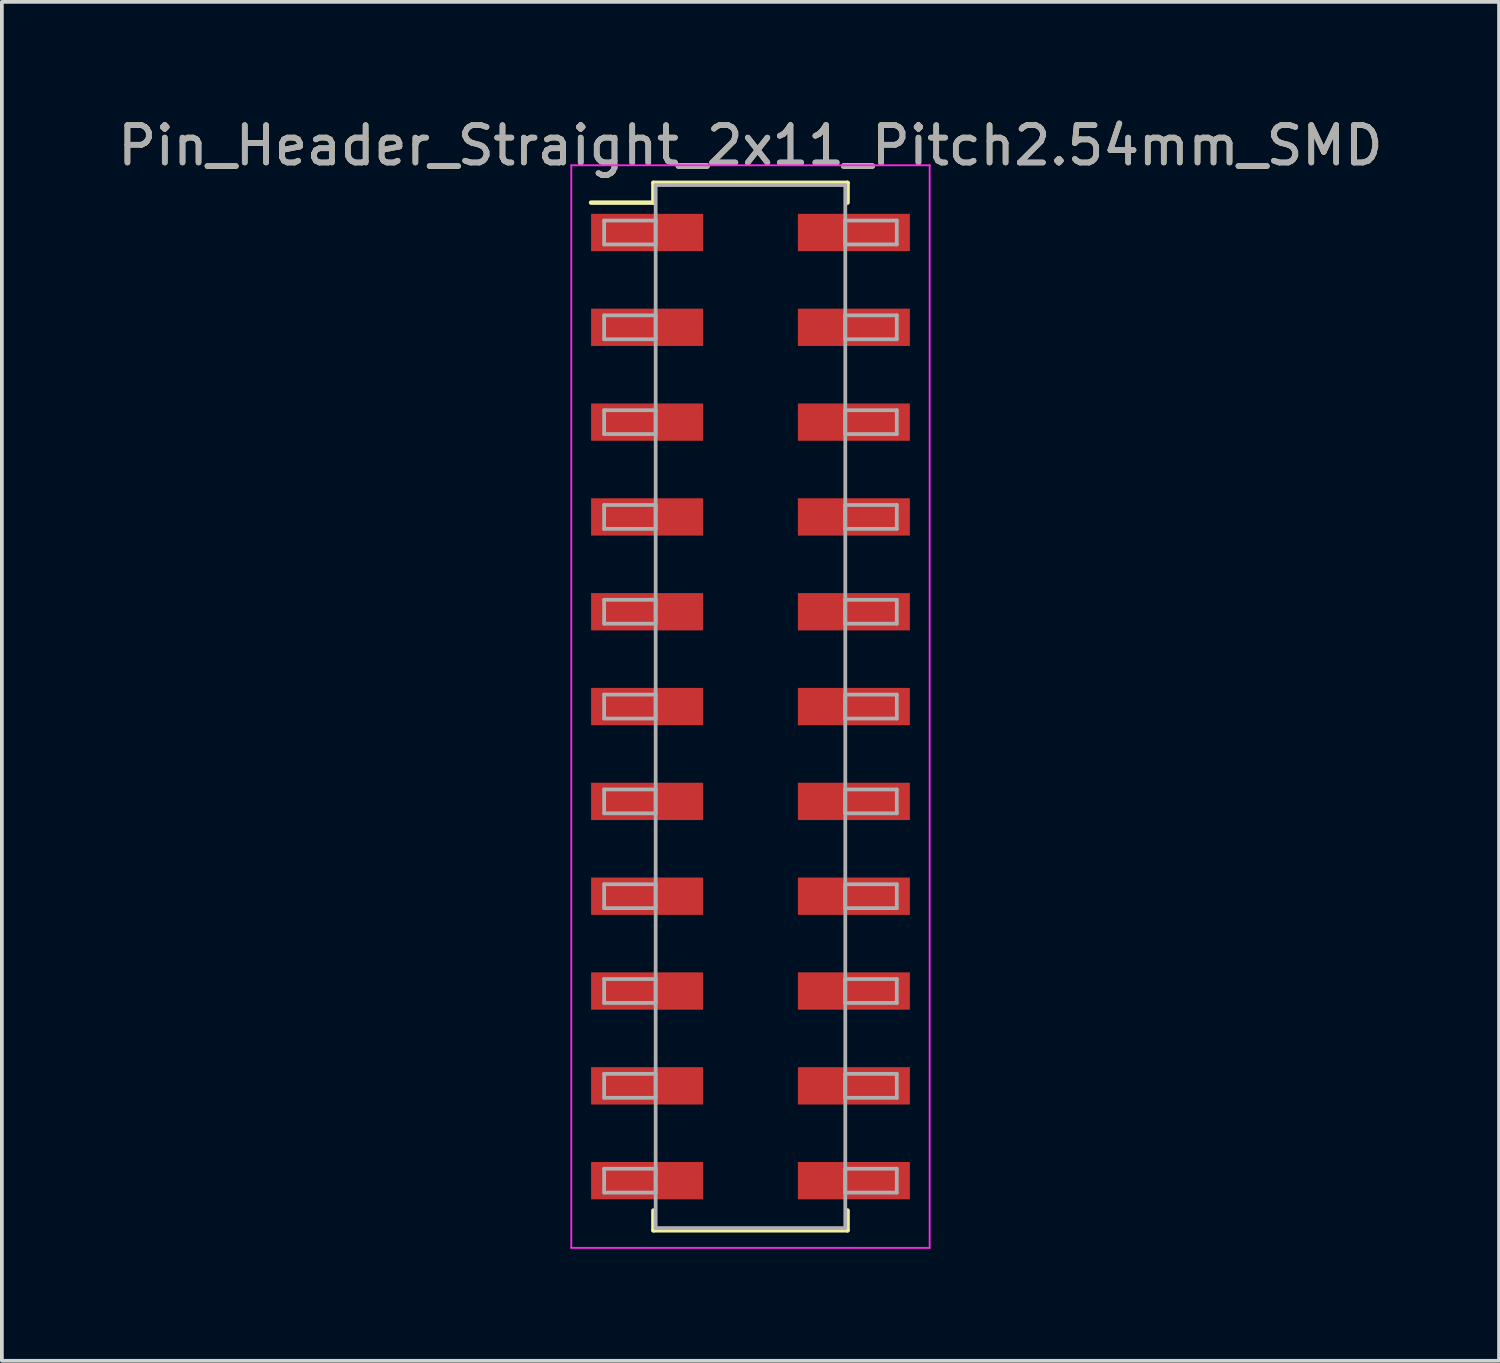
<source format=kicad_pcb>
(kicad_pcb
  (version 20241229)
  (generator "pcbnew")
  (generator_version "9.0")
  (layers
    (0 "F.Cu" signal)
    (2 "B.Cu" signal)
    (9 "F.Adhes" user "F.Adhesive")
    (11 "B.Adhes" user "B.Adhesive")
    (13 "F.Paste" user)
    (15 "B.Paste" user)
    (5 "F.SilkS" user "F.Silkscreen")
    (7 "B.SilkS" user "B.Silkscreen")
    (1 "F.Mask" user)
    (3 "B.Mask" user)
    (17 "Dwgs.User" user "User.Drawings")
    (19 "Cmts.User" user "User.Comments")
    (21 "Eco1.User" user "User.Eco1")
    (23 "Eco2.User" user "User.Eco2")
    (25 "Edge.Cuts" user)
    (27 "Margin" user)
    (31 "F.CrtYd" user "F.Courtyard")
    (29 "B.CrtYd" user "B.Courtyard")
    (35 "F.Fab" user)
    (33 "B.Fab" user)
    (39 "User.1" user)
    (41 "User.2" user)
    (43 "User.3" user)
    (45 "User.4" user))
  (footprint "Pin_Header_Straight_2x11_Pitch2.54mm_SMD"
    (layer "F.Cu")
    (at 17.054 15.878)
    (property "Reference" "Pin_Header_Straight_2x11_Pitch2.54mm_SMD" (at 0 -15.03 0) (layer "F.SilkS") (effects (font (size 1 1) (thickness 0.15))))
    (attr smd)
    (fp_line (start -4.27 -13.5) (end -2.6 -13.5) (stroke (width 0.12) (type solid)) (layer "F.SilkS"))
    (fp_line (start -2.6 -14.03) (end 2.6 -14.03) (stroke (width 0.12) (type solid)) (layer "F.SilkS"))
    (fp_line (start -2.6 -13.5) (end -2.6 -14.03) (stroke (width 0.12) (type solid)) (layer "F.SilkS"))
    (fp_line (start -2.6 13.5) (end -2.6 14.03) (stroke (width 0.12) (type solid)) (layer "F.SilkS"))
    (fp_line (start -2.6 14.03) (end 2.6 14.03) (stroke (width 0.12) (type solid)) (layer "F.SilkS"))
    (fp_line (start 2.6 -14.03) (end 2.6 -13.5) (stroke (width 0.12) (type solid)) (layer "F.SilkS"))
    (fp_line (start 2.6 14.03) (end 2.6 13.5) (stroke (width 0.12) (type solid)) (layer "F.SilkS"))
    (fp_line (start -4.8 -14.5) (end -4.8 14.5) (stroke (width 0.05) (type solid)) (layer "F.CrtYd"))
    (fp_line (start -4.8 14.5) (end 4.8 14.5) (stroke (width 0.05) (type solid)) (layer "F.CrtYd"))
    (fp_line (start 4.8 -14.5) (end -4.8 -14.5) (stroke (width 0.05) (type solid)) (layer "F.CrtYd"))
    (fp_line (start 4.8 14.5) (end 4.8 -14.5) (stroke (width 0.05) (type solid)) (layer "F.CrtYd"))
    (fp_line (start -3.92 -13.02) (end -2.54 -13.02) (stroke (width 0.1) (type solid)) (layer "F.Fab"))
    (fp_line (start -3.92 -12.38) (end -3.92 -13.02) (stroke (width 0.1) (type solid)) (layer "F.Fab"))
    (fp_line (start -3.92 -10.48) (end -2.54 -10.48) (stroke (width 0.1) (type solid)) (layer "F.Fab"))
    (fp_line (start -3.92 -9.84) (end -3.92 -10.48) (stroke (width 0.1) (type solid)) (layer "F.Fab"))
    (fp_line (start -3.92 -7.94) (end -2.54 -7.94) (stroke (width 0.1) (type solid)) (layer "F.Fab"))
    (fp_line (start -3.92 -7.3) (end -3.92 -7.94) (stroke (width 0.1) (type solid)) (layer "F.Fab"))
    (fp_line (start -3.92 -5.4) (end -2.54 -5.4) (stroke (width 0.1) (type solid)) (layer "F.Fab"))
    (fp_line (start -3.92 -4.76) (end -3.92 -5.4) (stroke (width 0.1) (type solid)) (layer "F.Fab"))
    (fp_line (start -3.92 -2.86) (end -2.54 -2.86) (stroke (width 0.1) (type solid)) (layer "F.Fab"))
    (fp_line (start -3.92 -2.22) (end -3.92 -2.86) (stroke (width 0.1) (type solid)) (layer "F.Fab"))
    (fp_line (start -3.92 -0.32) (end -2.54 -0.32) (stroke (width 0.1) (type solid)) (layer "F.Fab"))
    (fp_line (start -3.92 0.32) (end -3.92 -0.32) (stroke (width 0.1) (type solid)) (layer "F.Fab"))
    (fp_line (start -3.92 2.22) (end -2.54 2.22) (stroke (width 0.1) (type solid)) (layer "F.Fab"))
    (fp_line (start -3.92 2.86) (end -3.92 2.22) (stroke (width 0.1) (type solid)) (layer "F.Fab"))
    (fp_line (start -3.92 4.76) (end -2.54 4.76) (stroke (width 0.1) (type solid)) (layer "F.Fab"))
    (fp_line (start -3.92 5.4) (end -3.92 4.76) (stroke (width 0.1) (type solid)) (layer "F.Fab"))
    (fp_line (start -3.92 7.3) (end -2.54 7.3) (stroke (width 0.1) (type solid)) (layer "F.Fab"))
    (fp_line (start -3.92 7.94) (end -3.92 7.3) (stroke (width 0.1) (type solid)) (layer "F.Fab"))
    (fp_line (start -3.92 9.84) (end -2.54 9.84) (stroke (width 0.1) (type solid)) (layer "F.Fab"))
    (fp_line (start -3.92 10.48) (end -3.92 9.84) (stroke (width 0.1) (type solid)) (layer "F.Fab"))
    (fp_line (start -3.92 12.38) (end -2.54 12.38) (stroke (width 0.1) (type solid)) (layer "F.Fab"))
    (fp_line (start -3.92 13.02) (end -3.92 12.38) (stroke (width 0.1) (type solid)) (layer "F.Fab"))
    (fp_line (start -2.54 -13.97) (end -2.54 13.97) (stroke (width 0.1) (type solid)) (layer "F.Fab"))
    (fp_line (start -2.54 -13.02) (end -2.54 -12.38) (stroke (width 0.1) (type solid)) (layer "F.Fab"))
    (fp_line (start -2.54 -12.38) (end -3.92 -12.38) (stroke (width 0.1) (type solid)) (layer "F.Fab"))
    (fp_line (start -2.54 -10.48) (end -2.54 -9.84) (stroke (width 0.1) (type solid)) (layer "F.Fab"))
    (fp_line (start -2.54 -9.84) (end -3.92 -9.84) (stroke (width 0.1) (type solid)) (layer "F.Fab"))
    (fp_line (start -2.54 -7.94) (end -2.54 -7.3) (stroke (width 0.1) (type solid)) (layer "F.Fab"))
    (fp_line (start -2.54 -7.3) (end -3.92 -7.3) (stroke (width 0.1) (type solid)) (layer "F.Fab"))
    (fp_line (start -2.54 -5.4) (end -2.54 -4.76) (stroke (width 0.1) (type solid)) (layer "F.Fab"))
    (fp_line (start -2.54 -4.76) (end -3.92 -4.76) (stroke (width 0.1) (type solid)) (layer "F.Fab"))
    (fp_line (start -2.54 -2.86) (end -2.54 -2.22) (stroke (width 0.1) (type solid)) (layer "F.Fab"))
    (fp_line (start -2.54 -2.22) (end -3.92 -2.22) (stroke (width 0.1) (type solid)) (layer "F.Fab"))
    (fp_line (start -2.54 -0.32) (end -2.54 0.32) (stroke (width 0.1) (type solid)) (layer "F.Fab"))
    (fp_line (start -2.54 0.32) (end -3.92 0.32) (stroke (width 0.1) (type solid)) (layer "F.Fab"))
    (fp_line (start -2.54 2.22) (end -2.54 2.86) (stroke (width 0.1) (type solid)) (layer "F.Fab"))
    (fp_line (start -2.54 2.86) (end -3.92 2.86) (stroke (width 0.1) (type solid)) (layer "F.Fab"))
    (fp_line (start -2.54 4.76) (end -2.54 5.4) (stroke (width 0.1) (type solid)) (layer "F.Fab"))
    (fp_line (start -2.54 5.4) (end -3.92 5.4) (stroke (width 0.1) (type solid)) (layer "F.Fab"))
    (fp_line (start -2.54 7.3) (end -2.54 7.94) (stroke (width 0.1) (type solid)) (layer "F.Fab"))
    (fp_line (start -2.54 7.94) (end -3.92 7.94) (stroke (width 0.1) (type solid)) (layer "F.Fab"))
    (fp_line (start -2.54 9.84) (end -2.54 10.48) (stroke (width 0.1) (type solid)) (layer "F.Fab"))
    (fp_line (start -2.54 10.48) (end -3.92 10.48) (stroke (width 0.1) (type solid)) (layer "F.Fab"))
    (fp_line (start -2.54 12.38) (end -2.54 13.02) (stroke (width 0.1) (type solid)) (layer "F.Fab"))
    (fp_line (start -2.54 13.02) (end -3.92 13.02) (stroke (width 0.1) (type solid)) (layer "F.Fab"))
    (fp_line (start -2.54 13.97) (end 2.54 13.97) (stroke (width 0.1) (type solid)) (layer "F.Fab"))
    (fp_line (start 2.54 -13.97) (end -2.54 -13.97) (stroke (width 0.1) (type solid)) (layer "F.Fab"))
    (fp_line (start 2.54 -13.02) (end 2.54 -12.38) (stroke (width 0.1) (type solid)) (layer "F.Fab"))
    (fp_line (start 2.54 -12.38) (end 3.92 -12.38) (stroke (width 0.1) (type solid)) (layer "F.Fab"))
    (fp_line (start 2.54 -10.48) (end 2.54 -9.84) (stroke (width 0.1) (type solid)) (layer "F.Fab"))
    (fp_line (start 2.54 -9.84) (end 3.92 -9.84) (stroke (width 0.1) (type solid)) (layer "F.Fab"))
    (fp_line (start 2.54 -7.94) (end 2.54 -7.3) (stroke (width 0.1) (type solid)) (layer "F.Fab"))
    (fp_line (start 2.54 -7.3) (end 3.92 -7.3) (stroke (width 0.1) (type solid)) (layer "F.Fab"))
    (fp_line (start 2.54 -5.4) (end 2.54 -4.76) (stroke (width 0.1) (type solid)) (layer "F.Fab"))
    (fp_line (start 2.54 -4.76) (end 3.92 -4.76) (stroke (width 0.1) (type solid)) (layer "F.Fab"))
    (fp_line (start 2.54 -2.86) (end 2.54 -2.22) (stroke (width 0.1) (type solid)) (layer "F.Fab"))
    (fp_line (start 2.54 -2.22) (end 3.92 -2.22) (stroke (width 0.1) (type solid)) (layer "F.Fab"))
    (fp_line (start 2.54 -0.32) (end 2.54 0.32) (stroke (width 0.1) (type solid)) (layer "F.Fab"))
    (fp_line (start 2.54 0.32) (end 3.92 0.32) (stroke (width 0.1) (type solid)) (layer "F.Fab"))
    (fp_line (start 2.54 2.22) (end 2.54 2.86) (stroke (width 0.1) (type solid)) (layer "F.Fab"))
    (fp_line (start 2.54 2.86) (end 3.92 2.86) (stroke (width 0.1) (type solid)) (layer "F.Fab"))
    (fp_line (start 2.54 4.76) (end 2.54 5.4) (stroke (width 0.1) (type solid)) (layer "F.Fab"))
    (fp_line (start 2.54 5.4) (end 3.92 5.4) (stroke (width 0.1) (type solid)) (layer "F.Fab"))
    (fp_line (start 2.54 7.3) (end 2.54 7.94) (stroke (width 0.1) (type solid)) (layer "F.Fab"))
    (fp_line (start 2.54 7.94) (end 3.92 7.94) (stroke (width 0.1) (type solid)) (layer "F.Fab"))
    (fp_line (start 2.54 9.84) (end 2.54 10.48) (stroke (width 0.1) (type solid)) (layer "F.Fab"))
    (fp_line (start 2.54 10.48) (end 3.92 10.48) (stroke (width 0.1) (type solid)) (layer "F.Fab"))
    (fp_line (start 2.54 12.38) (end 2.54 13.02) (stroke (width 0.1) (type solid)) (layer "F.Fab"))
    (fp_line (start 2.54 13.02) (end 3.92 13.02) (stroke (width 0.1) (type solid)) (layer "F.Fab"))
    (fp_line (start 2.54 13.97) (end 2.54 -13.97) (stroke (width 0.1) (type solid)) (layer "F.Fab"))
    (fp_line (start 3.92 -13.02) (end 2.54 -13.02) (stroke (width 0.1) (type solid)) (layer "F.Fab"))
    (fp_line (start 3.92 -12.38) (end 3.92 -13.02) (stroke (width 0.1) (type solid)) (layer "F.Fab"))
    (fp_line (start 3.92 -10.48) (end 2.54 -10.48) (stroke (width 0.1) (type solid)) (layer "F.Fab"))
    (fp_line (start 3.92 -9.84) (end 3.92 -10.48) (stroke (width 0.1) (type solid)) (layer "F.Fab"))
    (fp_line (start 3.92 -7.94) (end 2.54 -7.94) (stroke (width 0.1) (type solid)) (layer "F.Fab"))
    (fp_line (start 3.92 -7.3) (end 3.92 -7.94) (stroke (width 0.1) (type solid)) (layer "F.Fab"))
    (fp_line (start 3.92 -5.4) (end 2.54 -5.4) (stroke (width 0.1) (type solid)) (layer "F.Fab"))
    (fp_line (start 3.92 -4.76) (end 3.92 -5.4) (stroke (width 0.1) (type solid)) (layer "F.Fab"))
    (fp_line (start 3.92 -2.86) (end 2.54 -2.86) (stroke (width 0.1) (type solid)) (layer "F.Fab"))
    (fp_line (start 3.92 -2.22) (end 3.92 -2.86) (stroke (width 0.1) (type solid)) (layer "F.Fab"))
    (fp_line (start 3.92 -0.32) (end 2.54 -0.32) (stroke (width 0.1) (type solid)) (layer "F.Fab"))
    (fp_line (start 3.92 0.32) (end 3.92 -0.32) (stroke (width 0.1) (type solid)) (layer "F.Fab"))
    (fp_line (start 3.92 2.22) (end 2.54 2.22) (stroke (width 0.1) (type solid)) (layer "F.Fab"))
    (fp_line (start 3.92 2.86) (end 3.92 2.22) (stroke (width 0.1) (type solid)) (layer "F.Fab"))
    (fp_line (start 3.92 4.76) (end 2.54 4.76) (stroke (width 0.1) (type solid)) (layer "F.Fab"))
    (fp_line (start 3.92 5.4) (end 3.92 4.76) (stroke (width 0.1) (type solid)) (layer "F.Fab"))
    (fp_line (start 3.92 7.3) (end 2.54 7.3) (stroke (width 0.1) (type solid)) (layer "F.Fab"))
    (fp_line (start 3.92 7.94) (end 3.92 7.3) (stroke (width 0.1) (type solid)) (layer "F.Fab"))
    (fp_line (start 3.92 9.84) (end 2.54 9.84) (stroke (width 0.1) (type solid)) (layer "F.Fab"))
    (fp_line (start 3.92 10.48) (end 3.92 9.84) (stroke (width 0.1) (type solid)) (layer "F.Fab"))
    (fp_line (start 3.92 12.38) (end 2.54 12.38) (stroke (width 0.1) (type solid)) (layer "F.Fab"))
    (fp_line (start 3.92 13.02) (end 3.92 12.38) (stroke (width 0.1) (type solid)) (layer "F.Fab"))
    (fp_text user "${REFERENCE}" (at 0 -15.03 0) (layer "F.Fab") (effects (font (size 1 1) (thickness 0.15))))
    (pad "1" smd rect (at -2.77 -12.7) (size 3 1) (layers "F.Cu" "F.Mask" "F.Paste"))
    (pad "2" smd rect (at 2.77 -12.7) (size 3 1) (layers "F.Cu" "F.Mask" "F.Paste"))
    (pad "3" smd rect (at -2.77 -10.16) (size 3 1) (layers "F.Cu" "F.Mask" "F.Paste"))
    (pad "4" smd rect (at 2.77 -10.16) (size 3 1) (layers "F.Cu" "F.Mask" "F.Paste"))
    (pad "5" smd rect (at -2.77 -7.62) (size 3 1) (layers "F.Cu" "F.Mask" "F.Paste"))
    (pad "6" smd rect (at 2.77 -7.62) (size 3 1) (layers "F.Cu" "F.Mask" "F.Paste"))
    (pad "7" smd rect (at -2.77 -5.08) (size 3 1) (layers "F.Cu" "F.Mask" "F.Paste"))
    (pad "8" smd rect (at 2.77 -5.08) (size 3 1) (layers "F.Cu" "F.Mask" "F.Paste"))
    (pad "9" smd rect (at -2.77 -2.54) (size 3 1) (layers "F.Cu" "F.Mask" "F.Paste"))
    (pad "10" smd rect (at 2.77 -2.54) (size 3 1) (layers "F.Cu" "F.Mask" "F.Paste"))
    (pad "11" smd rect (at -2.77 0) (size 3 1) (layers "F.Cu" "F.Mask" "F.Paste"))
    (pad "12" smd rect (at 2.77 0) (size 3 1) (layers "F.Cu" "F.Mask" "F.Paste"))
    (pad "13" smd rect (at -2.77 2.54) (size 3 1) (layers "F.Cu" "F.Mask" "F.Paste"))
    (pad "14" smd rect (at 2.77 2.54) (size 3 1) (layers "F.Cu" "F.Mask" "F.Paste"))
    (pad "15" smd rect (at -2.77 5.08) (size 3 1) (layers "F.Cu" "F.Mask" "F.Paste"))
    (pad "16" smd rect (at 2.77 5.08) (size 3 1) (layers "F.Cu" "F.Mask" "F.Paste"))
    (pad "17" smd rect (at -2.77 7.62) (size 3 1) (layers "F.Cu" "F.Mask" "F.Paste"))
    (pad "18" smd rect (at 2.77 7.62) (size 3 1) (layers "F.Cu" "F.Mask" "F.Paste"))
    (pad "19" smd rect (at -2.77 10.16) (size 3 1) (layers "F.Cu" "F.Mask" "F.Paste"))
    (pad "20" smd rect (at 2.77 10.16) (size 3 1) (layers "F.Cu" "F.Mask" "F.Paste"))
    (pad "21" smd rect (at -2.77 12.7) (size 3 1) (layers "F.Cu" "F.Mask" "F.Paste"))
    (pad "22" smd rect (at 2.77 12.7) (size 3 1) (layers "F.Cu" "F.Mask" "F.Paste")))
  (gr_rect
    (start -3 -3)
    (end 37.107 33.403)
    (stroke (width 0.1) (type default))
    (fill no)
    (layer "Edge.Cuts")))
</source>
